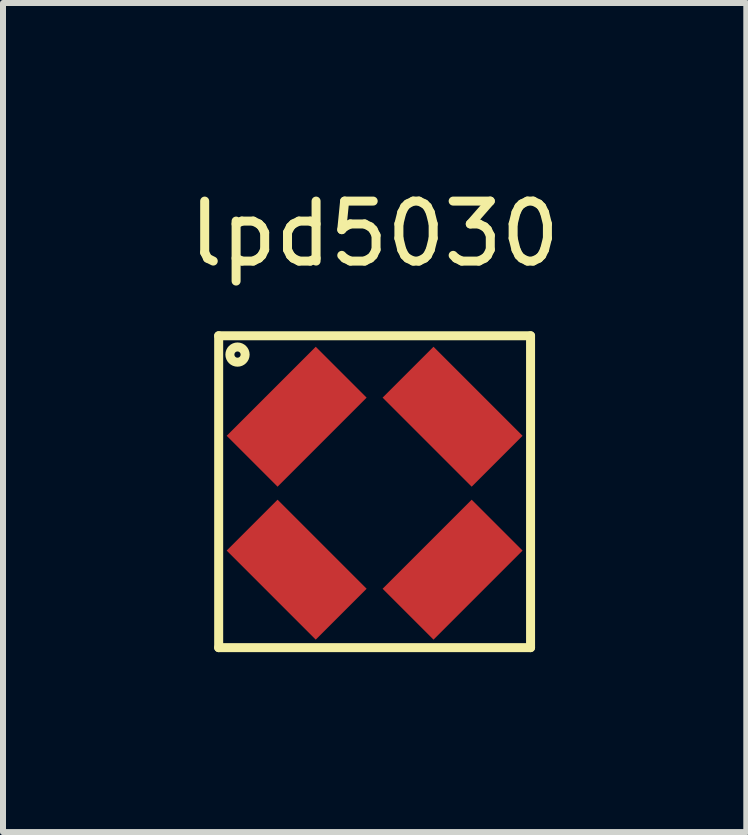
<source format=kicad_pcb>
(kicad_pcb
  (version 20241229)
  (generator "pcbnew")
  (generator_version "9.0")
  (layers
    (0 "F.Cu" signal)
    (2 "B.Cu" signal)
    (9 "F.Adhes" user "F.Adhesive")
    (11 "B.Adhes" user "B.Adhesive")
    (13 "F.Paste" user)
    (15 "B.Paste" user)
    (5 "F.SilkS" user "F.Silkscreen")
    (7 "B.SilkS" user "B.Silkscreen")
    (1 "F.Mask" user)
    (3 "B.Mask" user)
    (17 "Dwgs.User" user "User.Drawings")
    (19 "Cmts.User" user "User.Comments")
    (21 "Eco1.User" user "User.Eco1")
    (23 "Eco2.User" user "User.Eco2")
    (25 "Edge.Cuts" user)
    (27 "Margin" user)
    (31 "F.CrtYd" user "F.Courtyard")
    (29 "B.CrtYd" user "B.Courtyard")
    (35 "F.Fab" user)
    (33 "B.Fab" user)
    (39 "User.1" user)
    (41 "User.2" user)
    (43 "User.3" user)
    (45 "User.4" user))
  (footprint "lpd5030"
    (layer "F.Cu")
    (at 3.196 5.148)
    (property "Reference" "lpd5030" (at 0 -4.3 0) (layer "F.SilkS") (effects (font (size 1 1) (thickness 0.15))))
    (attr smd)
    (fp_line (start -2.6 -2.6) (end -2.6 2.6) (stroke (width 0.15) (type solid)) (layer "F.SilkS"))
    (fp_line (start -2.6 -2.6) (end 2.6 -2.6) (stroke (width 0.15) (type solid)) (layer "F.SilkS"))
    (fp_line (start -2.6 2.6) (end 2.6 2.6) (stroke (width 0.15) (type solid)) (layer "F.SilkS"))
    (fp_line (start 2.6 -2.6) (end 2.6 2.6) (stroke (width 0.15) (type solid)) (layer "F.SilkS"))
    (fp_circle (center -2.286 -2.286) (end -2.286 -2.159) (stroke (width 0.15) (type solid)) (fill no) (layer "F.SilkS"))
    (pad "1" smd trapezoid (at -1.3 -1.25 45) (size 2.1 1.2) (layers "F.Cu" "F.Mask" "F.Paste"))
    (pad "2" smd trapezoid (at -1.3 1.3 315) (size 2.1 1.2) (layers "F.Cu" "F.Mask" "F.Paste"))
    (pad "3" smd trapezoid (at 1.3 1.3 45) (size 2.1 1.2) (layers "F.Cu" "F.Mask" "F.Paste"))
    (pad "4" smd trapezoid (at 1.3 -1.25 135) (size 2.1 1.2) (layers "F.Cu" "F.Mask" "F.Paste")))
  (gr_rect
    (start -3 -3)
    (end 9.393 10.823)
    (stroke (width 0.1) (type default))
    (fill no)
    (layer "Edge.Cuts")))
</source>
